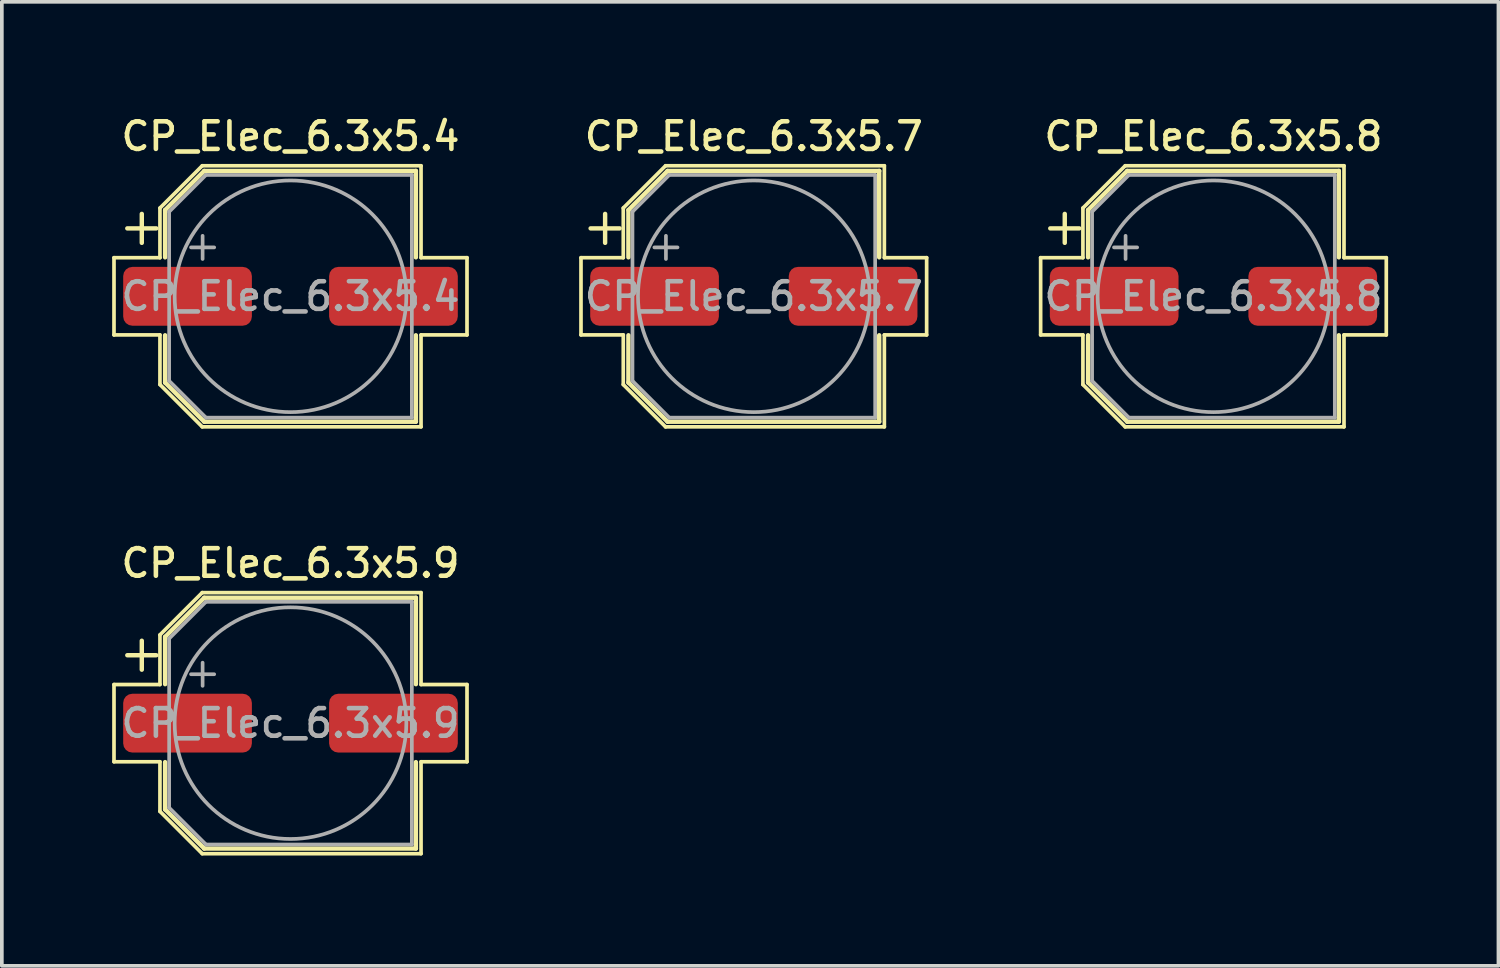
<source format=kicad_pcb>
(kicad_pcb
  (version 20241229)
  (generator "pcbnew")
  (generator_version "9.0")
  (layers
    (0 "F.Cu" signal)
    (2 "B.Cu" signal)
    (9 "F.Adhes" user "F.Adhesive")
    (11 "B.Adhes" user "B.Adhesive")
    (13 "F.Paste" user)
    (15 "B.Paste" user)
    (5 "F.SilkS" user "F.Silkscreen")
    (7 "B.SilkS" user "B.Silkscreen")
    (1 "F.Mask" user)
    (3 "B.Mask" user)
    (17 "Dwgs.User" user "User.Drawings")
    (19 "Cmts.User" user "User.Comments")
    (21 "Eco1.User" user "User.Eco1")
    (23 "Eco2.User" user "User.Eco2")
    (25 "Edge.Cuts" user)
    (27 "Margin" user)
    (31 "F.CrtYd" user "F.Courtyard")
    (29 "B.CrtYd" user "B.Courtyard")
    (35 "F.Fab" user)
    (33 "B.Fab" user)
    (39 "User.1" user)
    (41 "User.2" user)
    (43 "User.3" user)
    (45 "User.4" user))
  (footprint "CP_Elec_6.3x5.4"
    (layer "F.Cu")
    (at 4.85 5.008)
    (property "Reference" "CP_Elec_6.3x5.4" (at 0 -4.35 0) (layer "F.SilkS") (effects (font (size 0.75 0.75) (thickness 0.125))))
    (attr smd)
    (fp_line (start -4.8 -1.05) (end -4.8 1.05) (stroke (width 0.1) (type solid)) (layer "F.SilkS"))
    (fp_line (start -4.8 1.05) (end -3.55 1.05) (stroke (width 0.1) (type solid)) (layer "F.SilkS"))
    (fp_line (start -4.438 -1.847) (end -3.65 -1.847) (stroke (width 0.12) (type solid)) (layer "F.SilkS"))
    (fp_line (start -4.044 -2.241) (end -4.044 -1.454) (stroke (width 0.12) (type solid)) (layer "F.SilkS"))
    (fp_line (start -3.55 -2.4) (end -3.55 -1.05) (stroke (width 0.1) (type solid)) (layer "F.SilkS"))
    (fp_line (start -3.55 -2.4) (end -2.4 -3.55) (stroke (width 0.1) (type solid)) (layer "F.SilkS"))
    (fp_line (start -3.55 -1.05) (end -4.8 -1.05) (stroke (width 0.1) (type solid)) (layer "F.SilkS"))
    (fp_line (start -3.55 1.05) (end -3.55 2.4) (stroke (width 0.1) (type solid)) (layer "F.SilkS"))
    (fp_line (start -3.55 2.4) (end -2.4 3.55) (stroke (width 0.1) (type solid)) (layer "F.SilkS"))
    (fp_line (start -3.41 -2.346) (end -3.41 -1.06) (stroke (width 0.12) (type solid)) (layer "F.SilkS"))
    (fp_line (start -3.41 -2.346) (end -2.346 -3.41) (stroke (width 0.12) (type solid)) (layer "F.SilkS"))
    (fp_line (start -3.41 2.346) (end -3.41 1.06) (stroke (width 0.12) (type solid)) (layer "F.SilkS"))
    (fp_line (start -3.41 2.346) (end -2.346 3.41) (stroke (width 0.12) (type solid)) (layer "F.SilkS"))
    (fp_line (start -2.4 -3.55) (end 3.55 -3.55) (stroke (width 0.1) (type solid)) (layer "F.SilkS"))
    (fp_line (start -2.4 3.55) (end 3.55 3.55) (stroke (width 0.1) (type solid)) (layer "F.SilkS"))
    (fp_line (start -2.346 -3.41) (end 3.41 -3.41) (stroke (width 0.12) (type solid)) (layer "F.SilkS"))
    (fp_line (start -2.346 3.41) (end 3.41 3.41) (stroke (width 0.12) (type solid)) (layer "F.SilkS"))
    (fp_line (start 3.41 -3.41) (end 3.41 -1.06) (stroke (width 0.12) (type solid)) (layer "F.SilkS"))
    (fp_line (start 3.41 3.41) (end 3.41 1.06) (stroke (width 0.12) (type solid)) (layer "F.SilkS"))
    (fp_line (start 3.55 -3.55) (end 3.55 -1.05) (stroke (width 0.1) (type solid)) (layer "F.SilkS"))
    (fp_line (start 3.55 -1.05) (end 4.8 -1.05) (stroke (width 0.1) (type solid)) (layer "F.SilkS"))
    (fp_line (start 3.55 1.05) (end 3.55 3.55) (stroke (width 0.1) (type solid)) (layer "F.SilkS"))
    (fp_line (start 4.8 -1.05) (end 4.8 1.05) (stroke (width 0.1) (type solid)) (layer "F.SilkS"))
    (fp_line (start 4.8 1.05) (end 3.55 1.05) (stroke (width 0.1) (type solid)) (layer "F.SilkS"))
    (fp_line (start -3.3 -2.3) (end -3.3 2.3) (stroke (width 0.1) (type solid)) (layer "F.Fab"))
    (fp_line (start -3.3 -2.3) (end -2.3 -3.3) (stroke (width 0.1) (type solid)) (layer "F.Fab"))
    (fp_line (start -3.3 2.3) (end -2.3 3.3) (stroke (width 0.1) (type solid)) (layer "F.Fab"))
    (fp_line (start -2.705 -1.33) (end -2.075 -1.33) (stroke (width 0.1) (type solid)) (layer "F.Fab"))
    (fp_line (start -2.39 -1.645) (end -2.39 -1.015) (stroke (width 0.1) (type solid)) (layer "F.Fab"))
    (fp_line (start -2.3 -3.3) (end 3.3 -3.3) (stroke (width 0.1) (type solid)) (layer "F.Fab"))
    (fp_line (start -2.3 3.3) (end 3.3 3.3) (stroke (width 0.1) (type solid)) (layer "F.Fab"))
    (fp_line (start 3.3 -3.3) (end 3.3 3.3) (stroke (width 0.1) (type solid)) (layer "F.Fab"))
    (fp_circle (center 0 0) (end 3.15 0) (stroke (width 0.1) (type solid)) (fill no) (layer "F.Fab"))
    (fp_text user "${REFERENCE}" (at 0 0 0) (layer "F.Fab") (effects (font (size 0.75 0.75) (thickness 0.125))))
    (pad "1" smd roundrect (at -2.8 0) (size 3.5 1.6) (layers "F.Cu" "F.Mask" "F.Paste") (roundrect_rratio 0.156))
    (pad "2" smd roundrect (at 2.8 0) (size 3.5 1.6) (layers "F.Cu" "F.Mask" "F.Paste") (roundrect_rratio 0.156)))
  (footprint "CP_Elec_6.3x5.7"
    (layer "F.Cu")
    (at 17.45 5.008)
    (property "Reference" "CP_Elec_6.3x5.7" (at 0 -4.35 0) (layer "F.SilkS") (effects (font (size 0.75 0.75) (thickness 0.125))))
    (attr smd)
    (fp_line (start -4.7 -1.05) (end -4.7 1.05) (stroke (width 0.1) (type solid)) (layer "F.SilkS"))
    (fp_line (start -4.7 1.05) (end -3.55 1.05) (stroke (width 0.1) (type solid)) (layer "F.SilkS"))
    (fp_line (start -4.438 -1.847) (end -3.65 -1.847) (stroke (width 0.12) (type solid)) (layer "F.SilkS"))
    (fp_line (start -4.044 -2.241) (end -4.044 -1.454) (stroke (width 0.12) (type solid)) (layer "F.SilkS"))
    (fp_line (start -3.55 -2.4) (end -3.55 -1.05) (stroke (width 0.1) (type solid)) (layer "F.SilkS"))
    (fp_line (start -3.55 -2.4) (end -2.4 -3.55) (stroke (width 0.1) (type solid)) (layer "F.SilkS"))
    (fp_line (start -3.55 -1.05) (end -4.7 -1.05) (stroke (width 0.1) (type solid)) (layer "F.SilkS"))
    (fp_line (start -3.55 1.05) (end -3.55 2.4) (stroke (width 0.1) (type solid)) (layer "F.SilkS"))
    (fp_line (start -3.55 2.4) (end -2.4 3.55) (stroke (width 0.1) (type solid)) (layer "F.SilkS"))
    (fp_line (start -3.41 -2.346) (end -3.41 -1.06) (stroke (width 0.12) (type solid)) (layer "F.SilkS"))
    (fp_line (start -3.41 -2.346) (end -2.346 -3.41) (stroke (width 0.12) (type solid)) (layer "F.SilkS"))
    (fp_line (start -3.41 2.346) (end -3.41 1.06) (stroke (width 0.12) (type solid)) (layer "F.SilkS"))
    (fp_line (start -3.41 2.346) (end -2.346 3.41) (stroke (width 0.12) (type solid)) (layer "F.SilkS"))
    (fp_line (start -2.4 -3.55) (end 3.55 -3.55) (stroke (width 0.1) (type solid)) (layer "F.SilkS"))
    (fp_line (start -2.4 3.55) (end 3.55 3.55) (stroke (width 0.1) (type solid)) (layer "F.SilkS"))
    (fp_line (start -2.346 -3.41) (end 3.41 -3.41) (stroke (width 0.12) (type solid)) (layer "F.SilkS"))
    (fp_line (start -2.346 3.41) (end 3.41 3.41) (stroke (width 0.12) (type solid)) (layer "F.SilkS"))
    (fp_line (start 3.41 -3.41) (end 3.41 -1.06) (stroke (width 0.12) (type solid)) (layer "F.SilkS"))
    (fp_line (start 3.41 3.41) (end 3.41 1.06) (stroke (width 0.12) (type solid)) (layer "F.SilkS"))
    (fp_line (start 3.55 -3.55) (end 3.55 -1.05) (stroke (width 0.1) (type solid)) (layer "F.SilkS"))
    (fp_line (start 3.55 -1.05) (end 4.7 -1.05) (stroke (width 0.1) (type solid)) (layer "F.SilkS"))
    (fp_line (start 3.55 1.05) (end 3.55 3.55) (stroke (width 0.1) (type solid)) (layer "F.SilkS"))
    (fp_line (start 4.7 -1.05) (end 4.7 1.05) (stroke (width 0.1) (type solid)) (layer "F.SilkS"))
    (fp_line (start 4.7 1.05) (end 3.55 1.05) (stroke (width 0.1) (type solid)) (layer "F.SilkS"))
    (fp_line (start -3.3 -2.3) (end -3.3 2.3) (stroke (width 0.1) (type solid)) (layer "F.Fab"))
    (fp_line (start -3.3 -2.3) (end -2.3 -3.3) (stroke (width 0.1) (type solid)) (layer "F.Fab"))
    (fp_line (start -3.3 2.3) (end -2.3 3.3) (stroke (width 0.1) (type solid)) (layer "F.Fab"))
    (fp_line (start -2.705 -1.33) (end -2.075 -1.33) (stroke (width 0.1) (type solid)) (layer "F.Fab"))
    (fp_line (start -2.39 -1.645) (end -2.39 -1.015) (stroke (width 0.1) (type solid)) (layer "F.Fab"))
    (fp_line (start -2.3 -3.3) (end 3.3 -3.3) (stroke (width 0.1) (type solid)) (layer "F.Fab"))
    (fp_line (start -2.3 3.3) (end 3.3 3.3) (stroke (width 0.1) (type solid)) (layer "F.Fab"))
    (fp_line (start 3.3 -3.3) (end 3.3 3.3) (stroke (width 0.1) (type solid)) (layer "F.Fab"))
    (fp_circle (center 0 0) (end 3.15 0) (stroke (width 0.1) (type solid)) (fill no) (layer "F.Fab"))
    (fp_text user "${REFERENCE}" (at 0 0 0) (layer "F.Fab") (effects (font (size 0.75 0.75) (thickness 0.125))))
    (pad "1" smd roundrect (at -2.7 0) (size 3.5 1.6) (layers "F.Cu" "F.Mask" "F.Paste") (roundrect_rratio 0.156))
    (pad "2" smd roundrect (at 2.7 0) (size 3.5 1.6) (layers "F.Cu" "F.Mask" "F.Paste") (roundrect_rratio 0.156)))
  (footprint "CP_Elec_6.3x5.8"
    (layer "F.Cu")
    (at 29.95 5.008)
    (property "Reference" "CP_Elec_6.3x5.8" (at 0 -4.35 0) (layer "F.SilkS") (effects (font (size 0.75 0.75) (thickness 0.125))))
    (attr smd)
    (fp_line (start -4.7 -1.05) (end -4.7 1.05) (stroke (width 0.1) (type solid)) (layer "F.SilkS"))
    (fp_line (start -4.7 1.05) (end -3.55 1.05) (stroke (width 0.1) (type solid)) (layer "F.SilkS"))
    (fp_line (start -4.438 -1.847) (end -3.65 -1.847) (stroke (width 0.12) (type solid)) (layer "F.SilkS"))
    (fp_line (start -4.044 -2.241) (end -4.044 -1.454) (stroke (width 0.12) (type solid)) (layer "F.SilkS"))
    (fp_line (start -3.55 -2.4) (end -3.55 -1.05) (stroke (width 0.1) (type solid)) (layer "F.SilkS"))
    (fp_line (start -3.55 -2.4) (end -2.4 -3.55) (stroke (width 0.1) (type solid)) (layer "F.SilkS"))
    (fp_line (start -3.55 -1.05) (end -4.7 -1.05) (stroke (width 0.1) (type solid)) (layer "F.SilkS"))
    (fp_line (start -3.55 1.05) (end -3.55 2.4) (stroke (width 0.1) (type solid)) (layer "F.SilkS"))
    (fp_line (start -3.55 2.4) (end -2.4 3.55) (stroke (width 0.1) (type solid)) (layer "F.SilkS"))
    (fp_line (start -3.41 -2.346) (end -3.41 -1.06) (stroke (width 0.12) (type solid)) (layer "F.SilkS"))
    (fp_line (start -3.41 -2.346) (end -2.346 -3.41) (stroke (width 0.12) (type solid)) (layer "F.SilkS"))
    (fp_line (start -3.41 2.346) (end -3.41 1.06) (stroke (width 0.12) (type solid)) (layer "F.SilkS"))
    (fp_line (start -3.41 2.346) (end -2.346 3.41) (stroke (width 0.12) (type solid)) (layer "F.SilkS"))
    (fp_line (start -2.4 -3.55) (end 3.55 -3.55) (stroke (width 0.1) (type solid)) (layer "F.SilkS"))
    (fp_line (start -2.4 3.55) (end 3.55 3.55) (stroke (width 0.1) (type solid)) (layer "F.SilkS"))
    (fp_line (start -2.346 -3.41) (end 3.41 -3.41) (stroke (width 0.12) (type solid)) (layer "F.SilkS"))
    (fp_line (start -2.346 3.41) (end 3.41 3.41) (stroke (width 0.12) (type solid)) (layer "F.SilkS"))
    (fp_line (start 3.41 -3.41) (end 3.41 -1.06) (stroke (width 0.12) (type solid)) (layer "F.SilkS"))
    (fp_line (start 3.41 3.41) (end 3.41 1.06) (stroke (width 0.12) (type solid)) (layer "F.SilkS"))
    (fp_line (start 3.55 -3.55) (end 3.55 -1.05) (stroke (width 0.1) (type solid)) (layer "F.SilkS"))
    (fp_line (start 3.55 -1.05) (end 4.7 -1.05) (stroke (width 0.1) (type solid)) (layer "F.SilkS"))
    (fp_line (start 3.55 1.05) (end 3.55 3.55) (stroke (width 0.1) (type solid)) (layer "F.SilkS"))
    (fp_line (start 4.7 -1.05) (end 4.7 1.05) (stroke (width 0.1) (type solid)) (layer "F.SilkS"))
    (fp_line (start 4.7 1.05) (end 3.55 1.05) (stroke (width 0.1) (type solid)) (layer "F.SilkS"))
    (fp_line (start -3.3 -2.3) (end -3.3 2.3) (stroke (width 0.1) (type solid)) (layer "F.Fab"))
    (fp_line (start -3.3 -2.3) (end -2.3 -3.3) (stroke (width 0.1) (type solid)) (layer "F.Fab"))
    (fp_line (start -3.3 2.3) (end -2.3 3.3) (stroke (width 0.1) (type solid)) (layer "F.Fab"))
    (fp_line (start -2.705 -1.33) (end -2.075 -1.33) (stroke (width 0.1) (type solid)) (layer "F.Fab"))
    (fp_line (start -2.39 -1.645) (end -2.39 -1.015) (stroke (width 0.1) (type solid)) (layer "F.Fab"))
    (fp_line (start -2.3 -3.3) (end 3.3 -3.3) (stroke (width 0.1) (type solid)) (layer "F.Fab"))
    (fp_line (start -2.3 3.3) (end 3.3 3.3) (stroke (width 0.1) (type solid)) (layer "F.Fab"))
    (fp_line (start 3.3 -3.3) (end 3.3 3.3) (stroke (width 0.1) (type solid)) (layer "F.Fab"))
    (fp_circle (center 0 0) (end 3.15 0) (stroke (width 0.1) (type solid)) (fill no) (layer "F.Fab"))
    (fp_text user "${REFERENCE}" (at 0 0 0) (layer "F.Fab") (effects (font (size 0.75 0.75) (thickness 0.125))))
    (pad "1" smd roundrect (at -2.7 0) (size 3.5 1.6) (layers "F.Cu" "F.Mask" "F.Paste") (roundrect_rratio 0.156))
    (pad "2" smd roundrect (at 2.7 0) (size 3.5 1.6) (layers "F.Cu" "F.Mask" "F.Paste") (roundrect_rratio 0.156)))
  (footprint "CP_Elec_6.3x5.9"
    (layer "F.Cu")
    (at 4.85 16.616)
    (property "Reference" "CP_Elec_6.3x5.9" (at 0 -4.35 0) (layer "F.SilkS") (effects (font (size 0.75 0.75) (thickness 0.125))))
    (attr smd)
    (fp_line (start -4.8 -1.05) (end -4.8 1.05) (stroke (width 0.1) (type solid)) (layer "F.SilkS"))
    (fp_line (start -4.8 1.05) (end -3.55 1.05) (stroke (width 0.1) (type solid)) (layer "F.SilkS"))
    (fp_line (start -4.438 -1.847) (end -3.65 -1.847) (stroke (width 0.12) (type solid)) (layer "F.SilkS"))
    (fp_line (start -4.044 -2.241) (end -4.044 -1.454) (stroke (width 0.12) (type solid)) (layer "F.SilkS"))
    (fp_line (start -3.55 -2.4) (end -3.55 -1.05) (stroke (width 0.1) (type solid)) (layer "F.SilkS"))
    (fp_line (start -3.55 -2.4) (end -2.4 -3.55) (stroke (width 0.1) (type solid)) (layer "F.SilkS"))
    (fp_line (start -3.55 -1.05) (end -4.8 -1.05) (stroke (width 0.1) (type solid)) (layer "F.SilkS"))
    (fp_line (start -3.55 1.05) (end -3.55 2.4) (stroke (width 0.1) (type solid)) (layer "F.SilkS"))
    (fp_line (start -3.55 2.4) (end -2.4 3.55) (stroke (width 0.1) (type solid)) (layer "F.SilkS"))
    (fp_line (start -3.41 -2.346) (end -3.41 -1.06) (stroke (width 0.12) (type solid)) (layer "F.SilkS"))
    (fp_line (start -3.41 -2.346) (end -2.346 -3.41) (stroke (width 0.12) (type solid)) (layer "F.SilkS"))
    (fp_line (start -3.41 2.346) (end -3.41 1.06) (stroke (width 0.12) (type solid)) (layer "F.SilkS"))
    (fp_line (start -3.41 2.346) (end -2.346 3.41) (stroke (width 0.12) (type solid)) (layer "F.SilkS"))
    (fp_line (start -2.4 -3.55) (end 3.55 -3.55) (stroke (width 0.1) (type solid)) (layer "F.SilkS"))
    (fp_line (start -2.4 3.55) (end 3.55 3.55) (stroke (width 0.1) (type solid)) (layer "F.SilkS"))
    (fp_line (start -2.346 -3.41) (end 3.41 -3.41) (stroke (width 0.12) (type solid)) (layer "F.SilkS"))
    (fp_line (start -2.346 3.41) (end 3.41 3.41) (stroke (width 0.12) (type solid)) (layer "F.SilkS"))
    (fp_line (start 3.41 -3.41) (end 3.41 -1.06) (stroke (width 0.12) (type solid)) (layer "F.SilkS"))
    (fp_line (start 3.41 3.41) (end 3.41 1.06) (stroke (width 0.12) (type solid)) (layer "F.SilkS"))
    (fp_line (start 3.55 -3.55) (end 3.55 -1.05) (stroke (width 0.1) (type solid)) (layer "F.SilkS"))
    (fp_line (start 3.55 -1.05) (end 4.8 -1.05) (stroke (width 0.1) (type solid)) (layer "F.SilkS"))
    (fp_line (start 3.55 1.05) (end 3.55 3.55) (stroke (width 0.1) (type solid)) (layer "F.SilkS"))
    (fp_line (start 4.8 -1.05) (end 4.8 1.05) (stroke (width 0.1) (type solid)) (layer "F.SilkS"))
    (fp_line (start 4.8 1.05) (end 3.55 1.05) (stroke (width 0.1) (type solid)) (layer "F.SilkS"))
    (fp_line (start -3.3 -2.3) (end -3.3 2.3) (stroke (width 0.1) (type solid)) (layer "F.Fab"))
    (fp_line (start -3.3 -2.3) (end -2.3 -3.3) (stroke (width 0.1) (type solid)) (layer "F.Fab"))
    (fp_line (start -3.3 2.3) (end -2.3 3.3) (stroke (width 0.1) (type solid)) (layer "F.Fab"))
    (fp_line (start -2.705 -1.33) (end -2.075 -1.33) (stroke (width 0.1) (type solid)) (layer "F.Fab"))
    (fp_line (start -2.39 -1.645) (end -2.39 -1.015) (stroke (width 0.1) (type solid)) (layer "F.Fab"))
    (fp_line (start -2.3 -3.3) (end 3.3 -3.3) (stroke (width 0.1) (type solid)) (layer "F.Fab"))
    (fp_line (start -2.3 3.3) (end 3.3 3.3) (stroke (width 0.1) (type solid)) (layer "F.Fab"))
    (fp_line (start 3.3 -3.3) (end 3.3 3.3) (stroke (width 0.1) (type solid)) (layer "F.Fab"))
    (fp_circle (center 0 0) (end 3.15 0) (stroke (width 0.1) (type solid)) (fill no) (layer "F.Fab"))
    (fp_text user "${REFERENCE}" (at 0 0 0) (layer "F.Fab") (effects (font (size 0.75 0.75) (thickness 0.125))))
    (pad "1" smd roundrect (at -2.8 0) (size 3.5 1.6) (layers "F.Cu" "F.Mask" "F.Paste") (roundrect_rratio 0.156))
    (pad "2" smd roundrect (at 2.8 0) (size 3.5 1.6) (layers "F.Cu" "F.Mask" "F.Paste") (roundrect_rratio 0.156)))
  (gr_rect
    (start -3 -3)
    (end 37.7 23.216)
    (stroke (width 0.1) (type default))
    (fill no)
    (layer "Edge.Cuts")))
</source>
